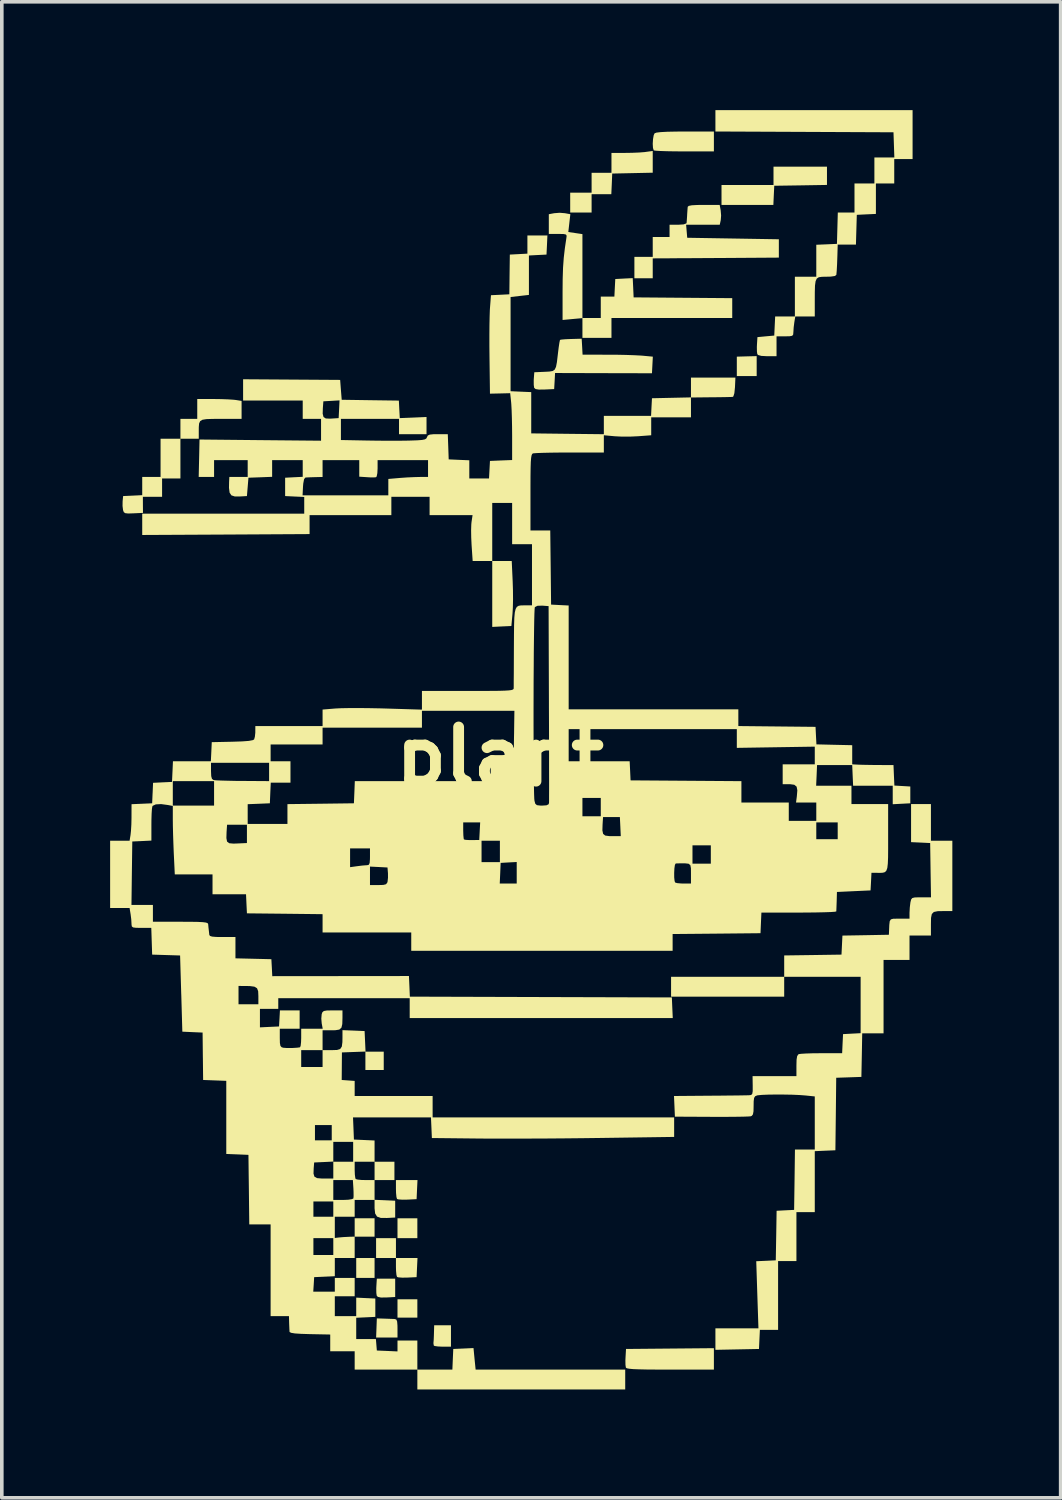
<source format=kicad_pcb>
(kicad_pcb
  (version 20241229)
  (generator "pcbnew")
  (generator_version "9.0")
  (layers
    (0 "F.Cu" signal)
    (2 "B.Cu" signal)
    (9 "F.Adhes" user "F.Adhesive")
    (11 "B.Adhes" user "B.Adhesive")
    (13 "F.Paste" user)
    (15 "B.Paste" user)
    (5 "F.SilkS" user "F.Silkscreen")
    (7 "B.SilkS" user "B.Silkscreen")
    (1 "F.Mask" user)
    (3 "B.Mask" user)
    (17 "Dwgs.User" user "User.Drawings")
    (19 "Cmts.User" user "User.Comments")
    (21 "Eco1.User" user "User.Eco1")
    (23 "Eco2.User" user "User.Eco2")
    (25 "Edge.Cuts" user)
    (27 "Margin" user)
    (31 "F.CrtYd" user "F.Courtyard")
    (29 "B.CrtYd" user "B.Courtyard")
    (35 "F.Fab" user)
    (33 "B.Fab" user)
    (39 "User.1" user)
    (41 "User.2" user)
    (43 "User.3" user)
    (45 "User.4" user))
  (footprint "plant"
    (layer "F.Cu")
    (at 10.795 17.907)
    (property "Reference" "plant" (at 0 0 0) (layer "F.SilkS") (effects (font (size 1.5 1.5) (thickness 0.3))))
    (attr board_only exclude_from_pos_files exclude_from_bom)
    (fp_poly (pts (xy -3.471 14.161) (xy -3.471 14.436) (xy -3.725 14.436) (xy -3.979 14.436) (xy -3.979 14.161) (xy -3.979 13.885) (xy -3.725 13.885) (xy -3.471 13.885)) (stroke (width 0) (type solid)) (fill yes) (layer "F.SilkS"))
    (fp_poly (pts (xy -2.879 13.61) (xy -2.879 13.885) (xy -3.154 13.885) (xy -3.429 13.885) (xy -3.429 13.61) (xy -3.429 13.335) (xy -3.154 13.335) (xy -2.879 13.335)) (stroke (width 0) (type solid)) (fill yes) (layer "F.SilkS"))
    (fp_poly (pts (xy -2.286 13.06) (xy -2.286 13.335) (xy -2.561 13.335) (xy -2.836 13.335) (xy -2.836 13.06) (xy -2.836 12.785) (xy -2.561 12.785) (xy -2.286 12.785)) (stroke (width 0) (type solid)) (fill yes) (layer "F.SilkS"))
    (fp_poly (pts (xy -2.286 15.282) (xy -2.286 15.536) (xy -2.561 15.536) (xy -2.836 15.536) (xy -2.836 15.282) (xy -2.836 15.028) (xy -2.561 15.028) (xy -2.286 15.028)) (stroke (width 0) (type solid)) (fill yes) (layer "F.SilkS"))
    (fp_poly (pts (xy 7.112 -10.818) (xy 7.112 -10.541) (xy 6.837 -10.541) (xy 6.562 -10.541) (xy 6.562 -10.81) (xy 6.562 -11.079) (xy 6.837 -11.087) (xy 7.112 -11.094)) (stroke (width 0) (type solid)) (fill yes) (layer "F.SilkS"))
    (fp_poly (pts (xy -2.9 14.711) (xy -2.9 14.965) (xy -3.144 14.978) (xy -3.296 14.979) (xy -3.38 14.961) (xy -3.411 14.93) (xy -3.422 14.854) (xy -3.424 14.73) (xy -3.421 14.663) (xy -3.408 14.457) (xy -3.154 14.457) (xy -2.9 14.457)) (stroke (width 0) (type solid)) (fill yes) (layer "F.SilkS"))
    (fp_poly (pts (xy -2.295 11.991) (xy -2.307 12.255) (xy -2.563 12.268) (xy -2.703 12.27) (xy -2.808 12.262) (xy -2.849 12.25) (xy -2.865 12.195) (xy -2.876 12.082) (xy -2.879 11.973) (xy -2.879 11.726) (xy -2.58 11.726) (xy -2.282 11.726)) (stroke (width 0) (type solid)) (fill yes) (layer "F.SilkS"))
    (fp_poly (pts (xy -2.295 14.15) (xy -2.307 14.415) (xy -2.563 14.427) (xy -2.703 14.429) (xy -2.808 14.421) (xy -2.849 14.409) (xy -2.865 14.354) (xy -2.876 14.241) (xy -2.879 14.132) (xy -2.879 13.885) (xy -2.58 13.885) (xy -2.282 13.885)) (stroke (width 0) (type solid)) (fill yes) (layer "F.SilkS"))
    (fp_poly (pts (xy 0.354 -4.858) (xy 0.362 -4.609) (xy 0.364 -4.355) (xy 0.359 -4.125) (xy 0.349 -3.958) (xy 0.318 -3.619) (xy 0.053 -3.607) (xy -0.212 -3.594) (xy -0.212 -4.506) (xy -0.212 -5.419) (xy 0.058 -5.419) (xy 0.328 -5.419)) (stroke (width 0) (type solid)) (fill yes) (layer "F.SilkS"))
    (fp_poly (pts (xy -3.196 15.564) (xy -3.057 15.569) (xy -2.944 15.573) (xy -2.91 15.575) (xy -2.868 15.59) (xy -2.846 15.644) (xy -2.837 15.755) (xy -2.836 15.833) (xy -2.836 16.087) (xy -3.132 16.087) (xy -3.428 16.087) (xy -3.418 15.822) (xy -3.408 15.557)) (stroke (width 0) (type solid)) (fill yes) (layer "F.SilkS"))
    (fp_poly (pts (xy -1.355 16.044) (xy -1.355 16.341) (xy -1.585 16.341) (xy -1.715 16.335) (xy -1.806 16.322) (xy -1.831 16.309) (xy -1.841 16.241) (xy -1.839 16.224) (xy -1.833 16.153) (xy -1.828 16.032) (xy -1.826 15.96) (xy -1.82 15.748) (xy -1.587 15.748) (xy -1.355 15.748)) (stroke (width 0) (type solid)) (fill yes) (layer "F.SilkS"))
    (fp_poly (pts (xy 9.059 -16.088) (xy 9.059 -15.835) (xy 8.329 -15.823) (xy 7.599 -15.812) (xy 7.586 -15.547) (xy 7.574 -15.282) (xy 6.856 -15.282) (xy 6.138 -15.282) (xy 6.138 -15.557) (xy 6.138 -15.833) (xy 6.858 -15.833) (xy 7.578 -15.833) (xy 7.578 -16.087) (xy 7.578 -16.341) (xy 8.319 -16.341) (xy 9.059 -16.341)) (stroke (width 0) (type solid)) (fill yes) (layer "F.SilkS"))
    (fp_poly (pts (xy 5.927 16.679) (xy 5.927 16.976) (xy 4.719 16.976) (xy 4.356 16.975) (xy 4.07 16.973) (xy 3.852 16.968) (xy 3.694 16.962) (xy 3.586 16.952) (xy 3.522 16.94) (xy 3.492 16.924) (xy 3.489 16.918) (xy 3.478 16.845) (xy 3.476 16.72) (xy 3.48 16.632) (xy 3.493 16.404) (xy 4.71 16.393) (xy 5.927 16.382)) (stroke (width 0) (type solid)) (fill yes) (layer "F.SilkS"))
    (fp_poly (pts (xy 5.927 -17.039) (xy 5.927 -16.764) (xy 5.108 -16.764) (xy 4.853 -16.765) (xy 4.628 -16.769) (xy 4.445 -16.775) (xy 4.319 -16.783) (xy 4.263 -16.791) (xy 4.262 -16.792) (xy 4.24 -16.858) (xy 4.233 -16.973) (xy 4.241 -17.102) (xy 4.26 -17.212) (xy 4.284 -17.264) (xy 4.336 -17.284) (xy 4.452 -17.298) (xy 4.636 -17.308) (xy 4.894 -17.313) (xy 5.131 -17.314) (xy 5.927 -17.314)) (stroke (width 0) (type solid)) (fill yes) (layer "F.SilkS"))
    (fp_poly (pts (xy 4.233 -16.475) (xy 4.233 -16.174) (xy 3.672 -16.162) (xy 3.111 -16.15) (xy 3.099 -15.864) (xy 3.086 -15.579) (xy 2.813 -15.579) (xy 2.54 -15.579) (xy 2.54 -15.325) (xy 2.54 -15.071) (xy 2.244 -15.071) (xy 1.947 -15.071) (xy 1.947 -15.346) (xy 1.947 -15.621) (xy 2.244 -15.621) (xy 2.54 -15.621) (xy 2.54 -15.896) (xy 2.54 -16.171) (xy 2.815 -16.171) (xy 3.09 -16.171) (xy 3.09 -16.447) (xy 3.09 -16.722) (xy 3.465 -16.722) (xy 3.664 -16.725) (xy 3.857 -16.733) (xy 4.009 -16.745) (xy 4.037 -16.749) (xy 4.233 -16.776)) (stroke (width 0) (type solid)) (fill yes) (layer "F.SilkS"))
    (fp_poly (pts (xy 2.278 -11.355) (xy 2.29 -11.134) (xy 2.976 -11.133) (xy 3.235 -11.132) (xy 3.49 -11.127) (xy 3.717 -11.119) (xy 3.892 -11.11) (xy 3.949 -11.106) (xy 4.236 -11.079) (xy 4.224 -10.849) (xy 4.212 -10.619) (xy 2.87 -10.622) (xy 1.528 -10.626) (xy 1.516 -10.403) (xy 1.503 -10.181) (xy 1.238 -10.169) (xy 1.08 -10.167) (xy 0.989 -10.181) (xy 0.95 -10.215) (xy 0.949 -10.217) (xy 0.938 -10.295) (xy 0.937 -10.417) (xy 0.939 -10.462) (xy 0.953 -10.647) (xy 1.236 -10.659) (xy 1.369 -10.666) (xy 1.459 -10.681) (xy 1.518 -10.72) (xy 1.554 -10.796) (xy 1.579 -10.924) (xy 1.602 -11.118) (xy 1.609 -11.177) (xy 1.629 -11.339) (xy 1.648 -11.466) (xy 1.663 -11.536) (xy 1.666 -11.544) (xy 1.714 -11.553) (xy 1.823 -11.562) (xy 1.97 -11.568) (xy 1.974 -11.568) (xy 2.265 -11.576)) (stroke (width 0) (type solid)) (fill yes) (layer "F.SilkS"))
    (fp_poly (pts (xy 1.801 -15.052) (xy 1.951 -15.024) (xy 1.923 -14.778) (xy 1.895 -14.531) (xy 2.091 -14.502) (xy 2.286 -14.473) (xy 2.286 -13.311) (xy 2.286 -12.15) (xy 2.54 -12.15) (xy 2.794 -12.15) (xy 2.794 -12.446) (xy 2.794 -12.742) (xy 2.982 -12.742) (xy 3.171 -12.742) (xy 3.183 -12.986) (xy 3.196 -13.229) (xy 3.438 -13.242) (xy 3.679 -13.254) (xy 3.692 -12.988) (xy 3.704 -12.721) (xy 5.069 -12.71) (xy 6.435 -12.699) (xy 6.435 -12.424) (xy 6.435 -12.15) (xy 4.763 -12.15) (xy 3.09 -12.15) (xy 3.09 -11.874) (xy 3.09 -11.599) (xy 2.688 -11.599) (xy 2.286 -11.599) (xy 2.286 -11.873) (xy 2.286 -12.146) (xy 2.011 -12.121) (xy 1.736 -12.095) (xy 1.736 -12.866) (xy 1.739 -13.233) (xy 1.749 -13.542) (xy 1.769 -13.817) (xy 1.8 -14.086) (xy 1.841 -14.362) (xy 1.849 -14.426) (xy 1.831 -14.461) (xy 1.769 -14.475) (xy 1.646 -14.478) (xy 1.608 -14.478) (xy 1.355 -14.478) (xy 1.355 -14.751) (xy 1.355 -15.024) (xy 1.503 -15.052) (xy 1.654 -15.064)) (stroke (width 0) (type solid)) (fill yes) (layer "F.SilkS"))
    (fp_poly (pts (xy 6.115 -15.131) (xy 6.127 -14.989) (xy 6.117 -14.858) (xy 6.116 -14.855) (xy 6.089 -14.732) (xy 5.624 -14.732) (xy 5.158 -14.732) (xy 5.173 -14.552) (xy 5.188 -14.372) (xy 6.457 -14.351) (xy 7.726 -14.33) (xy 7.726 -14.076) (xy 7.726 -13.822) (xy 6.202 -13.812) (xy 5.84 -13.81) (xy 5.497 -13.808) (xy 5.183 -13.806) (xy 4.91 -13.805) (xy 4.689 -13.803) (xy 4.531 -13.802) (xy 4.456 -13.802) (xy 4.233 -13.801) (xy 4.233 -13.525) (xy 4.233 -13.25) (xy 3.979 -13.25) (xy 3.725 -13.25) (xy 3.725 -13.547) (xy 3.725 -13.843) (xy 3.979 -13.843) (xy 4.233 -13.843) (xy 4.233 -14.118) (xy 4.233 -14.393) (xy 4.466 -14.393) (xy 4.699 -14.393) (xy 4.699 -14.563) (xy 4.699 -14.732) (xy 4.932 -14.732) (xy 5.089 -14.742) (xy 5.164 -14.77) (xy 5.171 -14.785) (xy 5.177 -14.859) (xy 5.185 -14.977) (xy 5.186 -15.007) (xy 5.194 -15.129) (xy 5.201 -15.218) (xy 5.202 -15.229) (xy 5.231 -15.255) (xy 5.319 -15.272) (xy 5.474 -15.28) (xy 5.647 -15.282) (xy 6.087 -15.282)) (stroke (width 0) (type solid)) (fill yes) (layer "F.SilkS"))
    (fp_poly (pts (xy -7.927 -9.906) (xy -7.72 -9.903) (xy -7.528 -9.896) (xy -7.377 -9.886) (xy -7.313 -9.879) (xy -7.154 -9.853) (xy -7.154 -9.604) (xy -7.154 -9.356) (xy -7.721 -9.356) (xy -7.961 -9.355) (xy -8.13 -9.349) (xy -8.239 -9.331) (xy -8.302 -9.292) (xy -8.331 -9.227) (xy -8.339 -9.129) (xy -8.34 -9.014) (xy -8.34 -8.805) (xy -8.594 -8.805) (xy -8.848 -8.805) (xy -8.848 -8.255) (xy -8.848 -7.705) (xy -9.102 -7.705) (xy -9.356 -7.705) (xy -9.356 -7.451) (xy -9.356 -7.197) (xy -9.622 -7.197) (xy -9.888 -7.197) (xy -9.887 -6.974) (xy -9.885 -6.752) (xy -10.148 -6.74) (xy -10.293 -6.735) (xy -10.375 -6.744) (xy -10.416 -6.772) (xy -10.436 -6.826) (xy -10.437 -6.829) (xy -10.451 -6.945) (xy -10.449 -7.074) (xy -10.435 -7.218) (xy -10.171 -7.23) (xy -9.906 -7.243) (xy -9.906 -7.495) (xy -9.906 -7.747) (xy -9.652 -7.747) (xy -9.398 -7.747) (xy -9.398 -8.276) (xy -9.398 -8.805) (xy -9.123 -8.805) (xy -8.848 -8.805) (xy -8.848 -9.081) (xy -8.848 -9.356) (xy -8.615 -9.356) (xy -8.382 -9.356) (xy -8.382 -9.631) (xy -8.382 -9.906)) (stroke (width 0) (type solid)) (fill yes) (layer "F.SilkS"))
    (fp_poly (pts (xy 11.43 -17.23) (xy 11.43 -16.552) (xy 11.176 -16.552) (xy 10.922 -16.552) (xy 10.922 -16.214) (xy 10.922 -15.875) (xy 10.668 -15.875) (xy 10.414 -15.875) (xy 10.414 -15.454) (xy 10.414 -15.032) (xy 10.149 -15.02) (xy 9.885 -15.007) (xy 9.873 -14.594) (xy 9.861 -14.182) (xy 9.608 -14.182) (xy 9.356 -14.182) (xy 9.348 -13.896) (xy 9.339 -13.644) (xy 9.329 -13.459) (xy 9.319 -13.346) (xy 9.278 -13.313) (xy 9.162 -13.296) (xy 9.043 -13.293) (xy 8.921 -13.291) (xy 8.834 -13.279) (xy 8.777 -13.242) (xy 8.744 -13.17) (xy 8.727 -13.048) (xy 8.722 -12.866) (xy 8.721 -12.647) (xy 8.721 -12.192) (xy 8.451 -12.192) (xy 8.181 -12.192) (xy 8.155 -12.033) (xy 8.137 -11.893) (xy 8.129 -11.766) (xy 8.128 -11.758) (xy 8.123 -11.691) (xy 8.095 -11.657) (xy 8.022 -11.644) (xy 7.895 -11.642) (xy 7.662 -11.642) (xy 7.662 -11.367) (xy 7.662 -11.091) (xy 7.407 -11.091) (xy 7.242 -11.1) (xy 7.151 -11.125) (xy 7.129 -11.15) (xy 7.119 -11.224) (xy 7.117 -11.347) (xy 7.12 -11.414) (xy 7.133 -11.62) (xy 7.366 -11.642) (xy 7.599 -11.663) (xy 7.611 -11.927) (xy 7.624 -12.192) (xy 7.897 -12.192) (xy 8.17 -12.192) (xy 8.17 -12.742) (xy 8.17 -13.293) (xy 8.467 -13.293) (xy 8.763 -13.293) (xy 8.763 -13.735) (xy 8.763 -14.178) (xy 9.049 -14.19) (xy 9.335 -14.203) (xy 9.347 -14.637) (xy 9.359 -15.071) (xy 9.59 -15.071) (xy 9.821 -15.071) (xy 9.821 -15.473) (xy 9.821 -15.875) (xy 10.097 -15.875) (xy 10.372 -15.875) (xy 10.372 -16.235) (xy 10.372 -16.595) (xy 10.649 -16.595) (xy 10.925 -16.595) (xy 10.913 -16.944) (xy 10.901 -17.293) (xy 8.435 -17.304) (xy 5.969 -17.315) (xy 5.969 -17.611) (xy 5.969 -17.907) (xy 8.7 -17.907) (xy 11.43 -17.907)) (stroke (width 0) (type solid)) (fill yes) (layer "F.SilkS"))
    (fp_poly (pts (xy 11.938 1.82) (xy 11.938 2.328) (xy 12.234 2.328) (xy 12.531 2.328) (xy 12.531 3.302) (xy 12.531 4.276) (xy 12.301 4.276) (xy 12.126 4.279) (xy 12.019 4.301) (xy 11.963 4.357) (xy 11.941 4.464) (xy 11.938 4.64) (xy 11.938 4.64) (xy 11.938 4.953) (xy 11.642 4.953) (xy 11.345 4.953) (xy 11.345 5.292) (xy 11.345 5.63) (xy 10.986 5.63) (xy 10.626 5.63) (xy 10.626 6.646) (xy 10.626 7.662) (xy 10.33 7.662) (xy 10.035 7.662) (xy 10.024 8.266) (xy 10.012 8.869) (xy 9.663 8.881) (xy 9.315 8.893) (xy 9.304 9.897) (xy 9.292 10.901) (xy 9.006 10.913) (xy 8.721 10.926) (xy 8.721 11.771) (xy 8.721 12.615) (xy 8.467 12.615) (xy 8.213 12.615) (xy 8.213 13.293) (xy 8.213 13.97) (xy 7.959 13.97) (xy 7.705 13.97) (xy 7.705 14.922) (xy 7.705 15.875) (xy 7.453 15.875) (xy 7.201 15.875) (xy 7.188 16.14) (xy 7.176 16.404) (xy 6.572 16.416) (xy 5.969 16.428) (xy 5.969 16.13) (xy 5.969 15.833) (xy 6.565 15.833) (xy 7.161 15.833) (xy 7.13 14.904) (xy 7.1 13.974) (xy 7.371 13.962) (xy 7.641 13.949) (xy 7.653 13.263) (xy 7.664 12.577) (xy 7.907 12.564) (xy 8.149 12.552) (xy 8.161 11.716) (xy 8.172 10.88) (xy 8.446 10.88) (xy 8.721 10.88) (xy 8.721 10.145) (xy 8.721 9.41) (xy 8.46 9.383) (xy 8.299 9.371) (xy 8.095 9.362) (xy 7.869 9.358) (xy 7.641 9.357) (xy 7.431 9.36) (xy 7.258 9.367) (xy 7.144 9.378) (xy 7.123 9.382) (xy 7.07 9.405) (xy 7.041 9.451) (xy 7.029 9.542) (xy 7.027 9.673) (xy 7.024 9.822) (xy 7.008 9.907) (xy 6.976 9.948) (xy 6.947 9.96) (xy 6.883 9.965) (xy 6.747 9.97) (xy 6.553 9.973) (xy 6.312 9.975) (xy 6.038 9.976) (xy 5.857 9.975) (xy 4.847 9.97) (xy 4.835 9.684) (xy 4.822 9.398) (xy 5.808 9.39) (xy 6.095 9.388) (xy 6.358 9.385) (xy 6.584 9.383) (xy 6.759 9.38) (xy 6.871 9.378) (xy 6.9 9.377) (xy 6.958 9.37) (xy 6.989 9.339) (xy 7.002 9.267) (xy 7.002 9.133) (xy 7.002 9.11) (xy 6.998 8.848) (xy 7.605 8.848) (xy 8.213 8.848) (xy 8.213 8.556) (xy 8.217 8.391) (xy 8.233 8.294) (xy 8.265 8.246) (xy 8.28 8.238) (xy 8.345 8.229) (xy 8.478 8.221) (xy 8.658 8.215) (xy 8.87 8.213) (xy 8.913 8.213) (xy 9.479 8.213) (xy 9.491 7.948) (xy 9.504 7.684) (xy 9.747 7.671) (xy 9.991 7.658) (xy 9.991 6.877) (xy 9.991 6.096) (xy 8.932 6.096) (xy 7.874 6.096) (xy 7.874 6.371) (xy 7.874 6.646) (xy 6.308 6.646) (xy 4.741 6.646) (xy 4.741 6.371) (xy 4.741 6.096) (xy 6.308 6.096) (xy 7.874 6.096) (xy 7.874 5.801) (xy 7.874 5.505) (xy 8.668 5.494) (xy 9.461 5.482) (xy 9.474 5.219) (xy 9.487 4.955) (xy 10.13 4.944) (xy 10.774 4.932) (xy 10.778 4.826) (xy 10.785 4.658) (xy 10.797 4.556) (xy 10.829 4.506) (xy 10.895 4.488) (xy 11.01 4.487) (xy 11.07 4.487) (xy 11.345 4.487) (xy 11.345 4.323) (xy 11.353 4.174) (xy 11.37 4.035) (xy 11.372 4.027) (xy 11.39 3.955) (xy 11.421 3.916) (xy 11.486 3.899) (xy 11.608 3.895) (xy 11.669 3.895) (xy 11.94 3.895) (xy 11.928 3.143) (xy 11.917 2.392) (xy 11.652 2.379) (xy 11.388 2.367) (xy 11.388 1.839) (xy 11.388 1.312) (xy 11.663 1.312) (xy 11.938 1.312)) (stroke (width 0) (type solid)) (fill yes) (layer "F.SilkS"))
    (fp_poly (pts (xy 1.304 -14.171) (xy 1.291 -13.906) (xy 1.048 -13.894) (xy 0.804 -13.881) (xy 0.804 -13.335) (xy 0.804 -12.789) (xy 0.55 -12.76) (xy 0.296 -12.731) (xy 0.296 -11.426) (xy 0.296 -10.122) (xy 0.582 -10.109) (xy 0.868 -10.097) (xy 0.868 -9.525) (xy 0.868 -8.954) (xy 1.873 -8.942) (xy 2.879 -8.931) (xy 2.879 -9.186) (xy 2.879 -9.44) (xy 3.533 -9.44) (xy 4.187 -9.44) (xy 4.199 -9.684) (xy 4.212 -9.927) (xy 4.752 -9.939) (xy 5.292 -9.951) (xy 5.292 -10.225) (xy 5.292 -10.499) (xy 5.908 -10.499) (xy 6.523 -10.499) (xy 6.511 -10.234) (xy 6.494 -10.067) (xy 6.466 -9.978) (xy 6.445 -9.964) (xy 6.385 -9.962) (xy 6.258 -9.959) (xy 6.081 -9.956) (xy 5.874 -9.954) (xy 5.842 -9.954) (xy 5.292 -9.948) (xy 5.292 -9.673) (xy 5.292 -9.398) (xy 4.741 -9.398) (xy 4.191 -9.398) (xy 4.191 -9.15) (xy 4.191 -8.902) (xy 3.831 -8.875) (xy 3.615 -8.865) (xy 3.384 -8.864) (xy 3.187 -8.874) (xy 3.175 -8.875) (xy 2.879 -8.902) (xy 2.879 -8.663) (xy 2.879 -8.424) (xy 1.93 -8.424) (xy 1.651 -8.423) (xy 1.399 -8.42) (xy 1.187 -8.415) (xy 1.026 -8.409) (xy 0.932 -8.402) (xy 0.914 -8.399) (xy 0.893 -8.382) (xy 0.877 -8.343) (xy 0.865 -8.273) (xy 0.856 -8.162) (xy 0.851 -8) (xy 0.848 -7.777) (xy 0.847 -7.483) (xy 0.847 -7.319) (xy 0.847 -6.265) (xy 1.121 -6.265) (xy 1.395 -6.265) (xy 1.407 -5.239) (xy 1.418 -4.212) (xy 1.662 -4.199) (xy 1.905 -4.187) (xy 1.905 -2.75) (xy 1.905 -1.312) (xy 4.255 -1.312) (xy 6.604 -1.312) (xy 6.604 -1.08) (xy 6.604 -0.848) (xy 7.673 -0.837) (xy 8.742 -0.826) (xy 8.754 -0.583) (xy 8.767 -0.341) (xy 9.262 -0.329) (xy 9.758 -0.318) (xy 9.758 -0.053) (xy 9.758 0.212) (xy 9.927 0.221) (xy 10.046 0.225) (xy 10.22 0.228) (xy 10.418 0.231) (xy 10.499 0.231) (xy 10.901 0.233) (xy 10.913 0.516) (xy 10.926 0.8) (xy 11.146 0.813) (xy 11.367 0.826) (xy 11.367 1.058) (xy 11.367 1.291) (xy 11.123 1.304) (xy 10.88 1.317) (xy 10.88 1.06) (xy 10.88 0.804) (xy 10.331 0.804) (xy 9.783 0.804) (xy 9.77 0.519) (xy 9.758 0.233) (xy 9.271 0.233) (xy 8.784 0.233) (xy 8.772 0.519) (xy 8.759 0.804) (xy 9.248 0.804) (xy 9.737 0.804) (xy 9.737 1.058) (xy 9.737 1.312) (xy 10.245 1.312) (xy 10.753 1.312) (xy 10.753 2.239) (xy 10.753 2.551) (xy 10.751 2.789) (xy 10.744 2.962) (xy 10.73 3.082) (xy 10.704 3.156) (xy 10.664 3.197) (xy 10.607 3.214) (xy 10.529 3.218) (xy 10.455 3.217) (xy 10.291 3.217) (xy 10.279 3.461) (xy 10.266 3.704) (xy 9.8 3.725) (xy 9.335 3.747) (xy 9.328 4) (xy 9.323 4.141) (xy 9.319 4.246) (xy 9.317 4.286) (xy 9.276 4.295) (xy 9.161 4.303) (xy 8.985 4.309) (xy 8.758 4.314) (xy 8.493 4.317) (xy 8.278 4.318) (xy 7.243 4.318) (xy 7.23 4.604) (xy 7.218 4.889) (xy 6.001 4.901) (xy 4.784 4.912) (xy 4.784 5.144) (xy 4.784 5.376) (xy 1.164 5.376) (xy -2.455 5.376) (xy -2.455 5.122) (xy -2.455 4.868) (xy -3.683 4.868) (xy -4.911 4.868) (xy -4.911 4.615) (xy -4.911 4.362) (xy -5.958 4.35) (xy -7.006 4.339) (xy -7.019 4.075) (xy -7.031 3.81) (xy -7.495 3.81) (xy -7.959 3.81) (xy -7.959 3.535) (xy -7.959 3.3) (xy -3.598 3.3) (xy -3.598 3.556) (xy -3.366 3.556) (xy -3.231 3.552) (xy -3.157 3.534) (xy -3.139 3.514) (xy -0.004 3.514) (xy 0.231 3.514) (xy 0.466 3.514) (xy 0.466 3.221) (xy 4.827 3.221) (xy 4.828 3.347) (xy 4.839 3.445) (xy 4.854 3.485) (xy 4.91 3.502) (xy 5.02 3.512) (xy 5.087 3.514) (xy 5.292 3.514) (xy 5.292 3.239) (xy 5.291 3.09) (xy 5.275 3.005) (xy 5.227 2.965) (xy 5.128 2.954) (xy 4.995 2.954) (xy 4.904 2.956) (xy 4.868 2.959) (xy 4.847 2.999) (xy 4.833 3.096) (xy 4.827 3.221) (xy 0.466 3.221) (xy 0.466 3.215) (xy 0.466 2.917) (xy 0.243 2.929) (xy 0.021 2.942) (xy 0.009 3.228) (xy -0.004 3.514) (xy -3.139 3.514) (xy -3.122 3.494) (xy -3.111 3.461) (xy -3.099 3.351) (xy -3.1 3.22) (xy -3.101 3.217) (xy -3.113 3.069) (xy -3.356 3.056) (xy -3.598 3.044) (xy -3.598 3.3) (xy -7.959 3.3) (xy -7.959 3.26) (xy -8.481 3.26) (xy -9.004 3.26) (xy -9.026 2.8) (xy -4.149 2.8) (xy -4.149 3.06) (xy -3.952 3.033) (xy -3.816 3.016) (xy -3.705 3.007) (xy -3.677 3.006) (xy -3.631 2.994) (xy -3.607 2.945) (xy -3.599 2.839) (xy -3.598 2.773) (xy -3.598 2.625) (xy -0.508 2.625) (xy -0.508 2.921) (xy -0.254 2.921) (xy 0 2.921) (xy 0 2.709) (xy 5.334 2.709) (xy 5.334 2.963) (xy 5.588 2.963) (xy 5.842 2.963) (xy 5.842 2.709) (xy 5.842 2.455) (xy 5.588 2.455) (xy 5.334 2.455) (xy 5.334 2.709) (xy 0 2.709) (xy 0 2.625) (xy 0 2.328) (xy -0.254 2.328) (xy -0.508 2.328) (xy -0.508 2.625) (xy -3.598 2.625) (xy -3.598 2.54) (xy -3.873 2.54) (xy -4.149 2.54) (xy -4.149 2.8) (xy -9.026 2.8) (xy -9.032 2.681) (xy -9.042 2.427) (xy -9.048 2.255) (xy -7.575 2.255) (xy -7.556 2.352) (xy -7.496 2.397) (xy -7.38 2.408) (xy -7.271 2.404) (xy -7.006 2.392) (xy -7.006 2.138) (xy -7.006 2.046) (xy -1.016 2.046) (xy -1.012 2.176) (xy -1.003 2.267) (xy -0.996 2.292) (xy -0.945 2.304) (xy -0.839 2.31) (xy -0.773 2.31) (xy -0.572 2.307) (xy -0.559 2.064) (xy -0.558 2.041) (xy 2.839 2.041) (xy 2.859 2.138) (xy 2.918 2.185) (xy 3.031 2.2) (xy 3.112 2.201) (xy 3.348 2.201) (xy 3.341 2.053) (xy 8.763 2.053) (xy 8.763 2.286) (xy 9.059 2.286) (xy 9.356 2.286) (xy 9.356 2.053) (xy 9.356 1.82) (xy 9.059 1.82) (xy 8.763 1.82) (xy 8.763 2.053) (xy 3.341 2.053) (xy 3.336 1.937) (xy 3.323 1.672) (xy 3.09 1.672) (xy 2.857 1.672) (xy 2.844 1.878) (xy 2.839 2.041) (xy -0.558 2.041) (xy -0.546 1.82) (xy -0.781 1.82) (xy -1.016 1.82) (xy -1.016 2.046) (xy -7.006 2.046) (xy -7.006 1.884) (xy -7.281 1.884) (xy -7.556 1.884) (xy -7.57 2.09) (xy -7.575 2.255) (xy -9.048 2.255) (xy -9.051 2.162) (xy -9.057 1.92) (xy -9.059 1.734) (xy -9.059 1.365) (xy -9.192 1.339) (xy -9.384 1.313) (xy -9.53 1.321) (xy -9.614 1.36) (xy -9.626 1.379) (xy -9.637 1.448) (xy -9.646 1.58) (xy -9.651 1.754) (xy -9.652 1.885) (xy -9.652 2.324) (xy -9.917 2.337) (xy -10.181 2.349) (xy -10.193 3.228) (xy -10.204 4.106) (xy -9.907 4.106) (xy -9.61 4.106) (xy -9.61 4.339) (xy -9.61 4.572) (xy -8.848 4.572) (xy -8.572 4.573) (xy -8.37 4.576) (xy -8.23 4.583) (xy -8.143 4.594) (xy -8.097 4.61) (xy -8.081 4.632) (xy -8.08 4.636) (xy -8.071 4.732) (xy -8.065 4.784) (xy -8.053 4.888) (xy -8.049 4.932) (xy -8.03 4.964) (xy -7.97 4.983) (xy -7.854 4.993) (xy -7.684 4.995) (xy -7.324 4.995) (xy -7.324 5.29) (xy -7.324 5.585) (xy -6.826 5.597) (xy -6.329 5.609) (xy -6.316 5.844) (xy -6.304 6.079) (xy -4.411 6.077) (xy -2.519 6.075) (xy -2.506 6.36) (xy -2.494 6.646) (xy 1.134 6.657) (xy 4.763 6.668) (xy 4.775 6.953) (xy 4.788 7.239) (xy 1.145 7.239) (xy -2.498 7.239) (xy -2.498 6.964) (xy -2.498 6.689) (xy -4.318 6.689) (xy -6.138 6.689) (xy -6.138 6.837) (xy -6.138 6.985) (xy -6.392 6.985) (xy -6.646 6.985) (xy -6.646 7.241) (xy -6.646 7.497) (xy -6.382 7.484) (xy -6.117 7.472) (xy -6.104 7.25) (xy -6.092 7.027) (xy -5.819 7.027) (xy -5.546 7.027) (xy -5.546 7.281) (xy -5.546 7.535) (xy -5.821 7.535) (xy -6.096 7.535) (xy -6.096 7.789) (xy -6.093 7.931) (xy -6.078 8.01) (xy -6.045 8.047) (xy -6.001 8.061) (xy -5.901 8.069) (xy -5.758 8.069) (xy -5.614 8.06) (xy -5.535 8.049) (xy -5.518 8.007) (xy -5.507 7.905) (xy -5.503 7.789) (xy -5.503 7.535) (xy -5.205 7.535) (xy -4.907 7.535) (xy -4.935 7.387) (xy -4.946 7.254) (xy -4.936 7.136) (xy -4.936 7.133) (xy -4.915 7.076) (xy -4.876 7.044) (xy -4.796 7.03) (xy -4.656 7.027) (xy -4.635 7.027) (xy -4.36 7.027) (xy -4.36 7.236) (xy -4.365 7.405) (xy -4.389 7.506) (xy -4.447 7.558) (xy -4.555 7.576) (xy -4.661 7.578) (xy -4.911 7.578) (xy -4.911 7.853) (xy -4.911 8.128) (xy -4.661 8.128) (xy -4.513 8.123) (xy -4.423 8.096) (xy -4.378 8.029) (xy -4.362 7.907) (xy -4.36 7.784) (xy -4.36 7.574) (xy -4.053 7.586) (xy -3.747 7.599) (xy -3.734 7.885) (xy -3.721 8.17) (xy -3.469 8.17) (xy -3.217 8.17) (xy -3.217 8.424) (xy -3.217 8.678) (xy -3.471 8.678) (xy -3.725 8.678) (xy -3.725 8.423) (xy -3.725 8.167) (xy -4.05 8.179) (xy -4.375 8.191) (xy -4.378 8.572) (xy -4.381 8.954) (xy -4.202 8.967) (xy -4.022 8.98) (xy -4.022 9.189) (xy -4.022 9.398) (xy -2.942 9.398) (xy -1.863 9.398) (xy -1.863 9.694) (xy -1.863 9.991) (xy 1.482 9.991) (xy 4.826 9.991) (xy 4.826 10.261) (xy 4.826 10.531) (xy 2.783 10.56) (xy 2.314 10.566) (xy 1.821 10.571) (xy 1.32 10.575) (xy 0.828 10.577) (xy 0.361 10.578) (xy -0.062 10.578) (xy -0.425 10.577) (xy -0.572 10.576) (xy -1.884 10.562) (xy -1.896 10.276) (xy -1.909 9.991) (xy -2.988 9.991) (xy -4.068 9.991) (xy -4.055 10.298) (xy -4.043 10.604) (xy -3.757 10.617) (xy -3.471 10.63) (xy -3.471 10.924) (xy -3.471 11.218) (xy -3.747 11.218) (xy -4.022 11.218) (xy -4.022 11.444) (xy -4.017 11.576) (xy -4.004 11.67) (xy -3.993 11.698) (xy -3.939 11.713) (xy -3.827 11.724) (xy -3.718 11.726) (xy -3.471 11.726) (xy -3.471 11.472) (xy -3.471 11.218) (xy -3.196 11.218) (xy -2.921 11.218) (xy -2.921 11.472) (xy -2.921 11.726) (xy -3.196 11.726) (xy -3.471 11.726) (xy -3.471 12) (xy -3.471 12.273) (xy -3.186 12.285) (xy -2.9 12.298) (xy -2.9 12.531) (xy -2.9 12.764) (xy -3.126 12.776) (xy -3.297 12.775) (xy -3.402 12.738) (xy -3.455 12.653) (xy -3.471 12.508) (xy -3.471 12.483) (xy -3.471 12.277) (xy -3.747 12.277) (xy -4.022 12.277) (xy -4.022 12.509) (xy -4.022 12.742) (xy -4.297 12.742) (xy -4.572 12.742) (xy -4.572 13.036) (xy -4.572 13.33) (xy -4.456 13.316) (xy -4.331 13.305) (xy -4.188 13.298) (xy -4.18 13.297) (xy -4.022 13.293) (xy -4.022 13.039) (xy -4.022 12.785) (xy -3.747 12.785) (xy -3.471 12.785) (xy -3.471 13.039) (xy -3.471 13.293) (xy -3.747 13.293) (xy -4.022 13.293) (xy -4.022 13.589) (xy -4.022 13.885) (xy -4.297 13.885) (xy -4.572 13.885) (xy -4.572 14.137) (xy -4.572 14.389) (xy -4.858 14.402) (xy -5.144 14.415) (xy -5.156 14.616) (xy -5.169 14.817) (xy -4.871 14.817) (xy -4.572 14.817) (xy -4.572 14.626) (xy -4.572 14.436) (xy -4.297 14.436) (xy -4.022 14.436) (xy -4.022 14.69) (xy -4.022 14.944) (xy -4.297 14.944) (xy -4.572 14.944) (xy -4.572 15.219) (xy -4.572 15.494) (xy -4.276 15.494) (xy -3.979 15.494) (xy -3.979 15.238) (xy -3.979 14.982) (xy -3.715 14.995) (xy -3.45 15.007) (xy -3.45 15.261) (xy -3.45 15.515) (xy -3.715 15.528) (xy -3.979 15.54) (xy -3.979 15.835) (xy -3.979 16.129) (xy -3.707 16.129) (xy -3.434 16.129) (xy -3.421 16.288) (xy -3.408 16.447) (xy -3.122 16.459) (xy -2.836 16.472) (xy -2.836 16.321) (xy -2.836 16.171) (xy -2.561 16.171) (xy -2.286 16.171) (xy -2.286 16.573) (xy -2.286 16.976) (xy -1.801 16.976) (xy -1.316 16.976) (xy -1.304 16.69) (xy -1.291 16.404) (xy -1.011 16.392) (xy -0.731 16.379) (xy -0.702 16.678) (xy -0.672 16.976) (xy 1.4 16.976) (xy 3.471 16.976) (xy 3.471 17.251) (xy 3.471 17.526) (xy 0.593 17.526) (xy -2.286 17.526) (xy -2.286 17.251) (xy -2.286 16.976) (xy -3.154 16.976) (xy -4.022 16.976) (xy -4.022 16.722) (xy -4.022 16.468) (xy -4.36 16.468) (xy -4.699 16.468) (xy -4.699 16.236) (xy -4.699 16.004) (xy -5.26 15.993) (xy -5.507 15.985) (xy -5.677 15.974) (xy -5.78 15.957) (xy -5.823 15.935) (xy -5.826 15.928) (xy -5.83 15.855) (xy -5.835 15.736) (xy -5.837 15.684) (xy -5.842 15.494) (xy -6.096 15.494) (xy -6.35 15.494) (xy -6.35 14.224) (xy -6.35 13.568) (xy -5.165 13.568) (xy -5.165 13.801) (xy -4.889 13.801) (xy -4.614 13.801) (xy -4.614 13.568) (xy -4.614 13.335) (xy -4.889 13.335) (xy -5.165 13.335) (xy -5.165 13.568) (xy -6.35 13.568) (xy -6.35 12.954) (xy -6.646 12.954) (xy -6.941 12.954) (xy -6.946 12.531) (xy -5.165 12.531) (xy -5.165 12.742) (xy -4.889 12.742) (xy -4.614 12.742) (xy -4.614 12.531) (xy -4.614 12.319) (xy -4.889 12.319) (xy -5.165 12.319) (xy -5.165 12.531) (xy -6.946 12.531) (xy -6.952 12.002) (xy -4.614 12.002) (xy -4.614 12.277) (xy -4.343 12.277) (xy -4.201 12.271) (xy -4.098 12.255) (xy -4.057 12.235) (xy -4.052 12.172) (xy -4.053 12.055) (xy -4.057 11.96) (xy -4.072 11.726) (xy -4.343 11.726) (xy -4.614 11.726) (xy -4.614 12.002) (xy -6.952 12.002) (xy -6.952 11.991) (xy -6.958 11.547) (xy -5.162 11.547) (xy -5.137 11.631) (xy -5.065 11.672) (xy -4.93 11.684) (xy -4.87 11.684) (xy -4.614 11.684) (xy -4.614 11.451) (xy -4.614 11.218) (xy -4.339 11.218) (xy -4.064 11.218) (xy -4.064 10.943) (xy -4.064 10.668) (xy -4.339 10.668) (xy -4.614 10.668) (xy -4.614 10.941) (xy -4.614 11.214) (xy -4.879 11.227) (xy -5.144 11.239) (xy -5.157 11.403) (xy -5.162 11.547) (xy -6.958 11.547) (xy -6.964 11.028) (xy -7.271 11.015) (xy -7.578 11.003) (xy -7.578 10.414) (xy -5.122 10.414) (xy -5.122 10.626) (xy -4.889 10.626) (xy -4.657 10.626) (xy -4.657 10.414) (xy -4.657 10.202) (xy -4.889 10.202) (xy -5.122 10.202) (xy -5.122 10.414) (xy -7.578 10.414) (xy -7.578 9.991) (xy -7.578 8.978) (xy -7.898 8.966) (xy -8.219 8.954) (xy -8.226 8.361) (xy -5.503 8.361) (xy -5.503 8.594) (xy -5.207 8.594) (xy -4.911 8.594) (xy -4.911 8.361) (xy -4.911 8.128) (xy -5.207 8.128) (xy -5.503 8.128) (xy -5.503 8.361) (xy -8.226 8.361) (xy -8.227 8.297) (xy -8.234 7.641) (xy -8.514 7.629) (xy -8.795 7.616) (xy -8.824 6.604) (xy -7.239 6.604) (xy -7.239 6.858) (xy -6.964 6.858) (xy -6.689 6.858) (xy -6.689 6.63) (xy -6.695 6.496) (xy -6.726 6.414) (xy -6.798 6.37) (xy -6.926 6.353) (xy -7.059 6.351) (xy -7.239 6.35) (xy -7.239 6.604) (xy -8.824 6.604) (xy -8.826 6.561) (xy -8.857 5.506) (xy -9.244 5.494) (xy -9.631 5.482) (xy -9.643 5.112) (xy -9.655 4.741) (xy -9.929 4.741) (xy -10.076 4.74) (xy -10.158 4.729) (xy -10.194 4.702) (xy -10.202 4.65) (xy -10.203 4.625) (xy -10.21 4.502) (xy -10.228 4.36) (xy -10.23 4.35) (xy -10.256 4.191) (xy -10.525 4.191) (xy -10.795 4.191) (xy -10.795 3.26) (xy -10.795 2.328) (xy -10.525 2.328) (xy -10.256 2.328) (xy -10.23 2.17) (xy -10.217 2.05) (xy -10.207 1.879) (xy -10.203 1.692) (xy -10.203 1.664) (xy -10.202 1.316) (xy -9.917 1.304) (xy -9.631 1.291) (xy -9.619 1.016) (xy -9.059 1.016) (xy -9.059 1.355) (xy -8.488 1.355) (xy -7.916 1.355) (xy -7.916 1.316) (xy -6.985 1.316) (xy -6.985 1.589) (xy -6.985 1.863) (xy -6.435 1.863) (xy -5.884 1.863) (xy -5.884 1.588) (xy -5.884 1.397) (xy 2.286 1.397) (xy 2.286 1.651) (xy 2.54 1.651) (xy 2.794 1.651) (xy 2.794 1.397) (xy 2.794 1.143) (xy 2.54 1.143) (xy 2.286 1.143) (xy 2.286 1.397) (xy -5.884 1.397) (xy -5.884 1.314) (xy -4.964 1.303) (xy -4.043 1.291) (xy -4.03 0.984) (xy -4.018 0.677) (xy -2.136 0.677) (xy -0.254 0.677) (xy -0.254 0.402) (xy -0.254 0.127) (xy 0.064 0.127) (xy 0.227 0.124) (xy 0.324 0.114) (xy 0.37 0.092) (xy 0.382 0.055) (xy 0.382 0.053) (xy 0.383 -0.014) (xy 0.385 -0.149) (xy 0.388 -0.334) (xy 0.391 -0.552) (xy 0.393 -0.646) (xy 0.396 -0.869) (xy 0.932 -0.869) (xy 0.933 -0.47) (xy 0.934 -0.093) (xy 0.936 0.254) (xy 0.939 0.562) (xy 0.943 0.822) (xy 0.947 1.025) (xy 0.952 1.163) (xy 0.958 1.222) (xy 0.981 1.305) (xy 1.026 1.343) (xy 1.118 1.354) (xy 1.169 1.355) (xy 1.29 1.347) (xy 1.348 1.319) (xy 1.361 1.281) (xy 1.362 1.226) (xy 1.362 1.095) (xy 1.363 0.893) (xy 1.363 0.629) (xy 1.362 0.31) (xy 1.362 -0.057) (xy 1.361 -0.318) (xy 1.905 -0.318) (xy 1.905 0.127) (xy 2.75 0.127) (xy 3.594 0.127) (xy 3.607 0.392) (xy 3.619 0.656) (xy 5.154 0.667) (xy 6.689 0.678) (xy 6.689 0.974) (xy 6.689 1.27) (xy 7.345 1.27) (xy 8.001 1.27) (xy 8.001 1.524) (xy 8.001 1.778) (xy 8.382 1.778) (xy 8.763 1.778) (xy 8.763 1.524) (xy 8.763 1.27) (xy 8.482 1.27) (xy 8.202 1.27) (xy 8.224 1.101) (xy 8.238 0.932) (xy 8.218 0.83) (xy 8.154 0.778) (xy 8.038 0.762) (xy 8.017 0.762) (xy 7.832 0.762) (xy 7.832 0.487) (xy 7.832 0.212) (xy 8.276 0.212) (xy 8.721 0.212) (xy 8.721 -0.033) (xy 8.721 -0.278) (xy 7.641 -0.261) (xy 6.562 -0.244) (xy 6.562 -0.503) (xy 6.562 -0.762) (xy 4.233 -0.762) (xy 1.905 -0.762) (xy 1.905 -0.318) (xy 1.361 -0.318) (xy 1.361 -0.465) (xy 1.36 -0.905) (xy 1.358 -1.371) (xy 1.358 -1.482) (xy 1.349 -4.17) (xy 1.176 -4.183) (xy 1.04 -4.179) (xy 0.969 -4.142) (xy 0.968 -4.141) (xy 0.962 -4.09) (xy 0.956 -3.963) (xy 0.951 -3.769) (xy 0.947 -3.517) (xy 0.943 -3.216) (xy 0.939 -2.874) (xy 0.937 -2.501) (xy 0.934 -2.105) (xy 0.933 -1.695) (xy 0.932 -1.28) (xy 0.932 -0.869) (xy 0.396 -0.869) (xy 0.402 -1.27) (xy -0.878 -1.27) (xy -2.159 -1.27) (xy -2.159 -1.037) (xy -2.159 -0.804) (xy -3.535 -0.804) (xy -4.911 -0.804) (xy -4.911 -0.572) (xy -4.911 -0.339) (xy -5.63 -0.339) (xy -6.35 -0.339) (xy -6.35 -0.106) (xy -6.35 0.127) (xy -6.075 0.127) (xy -5.8 0.127) (xy -5.8 0.423) (xy -5.8 0.72) (xy -6.073 0.72) (xy -6.346 0.72) (xy -6.359 1.005) (xy -6.371 1.291) (xy -6.678 1.304) (xy -6.985 1.316) (xy -7.916 1.316) (xy -7.916 1.016) (xy -7.916 0.677) (xy -8.488 0.677) (xy -9.059 0.677) (xy -9.059 1.016) (xy -9.619 1.016) (xy -9.618 1.007) (xy -9.606 0.724) (xy -9.343 0.711) (xy -9.081 0.699) (xy -9.068 0.413) (xy -9.067 0.399) (xy -8.001 0.399) (xy -7.995 0.539) (xy -7.974 0.615) (xy -7.931 0.647) (xy -7.927 0.648) (xy -7.862 0.655) (xy -7.727 0.661) (xy -7.539 0.666) (xy -7.313 0.671) (xy -7.123 0.672) (xy -6.392 0.677) (xy -6.392 0.423) (xy -6.392 0.169) (xy -7.197 0.169) (xy -8.001 0.169) (xy -8.001 0.399) (xy -9.067 0.399) (xy -9.055 0.127) (xy -8.53 0.127) (xy -8.005 0.127) (xy -7.992 -0.138) (xy -7.98 -0.402) (xy -7.41 -0.414) (xy -7.142 -0.423) (xy -6.954 -0.437) (xy -6.843 -0.458) (xy -6.807 -0.478) (xy -6.786 -0.552) (xy -6.774 -0.667) (xy -6.774 -0.688) (xy -6.773 -0.847) (xy -5.842 -0.847) (xy -4.911 -0.847) (xy -4.911 -1.076) (xy -4.911 -1.305) (xy -4.548 -1.335) (xy -4.398 -1.342) (xy -4.182 -1.346) (xy -3.917 -1.347) (xy -3.621 -1.344) (xy -3.312 -1.338) (xy -3.172 -1.334) (xy -2.159 -1.303) (xy -2.159 -1.562) (xy -2.159 -1.82) (xy -0.889 -1.82) (xy -0.527 -1.821) (xy -0.241 -1.822) (xy -0.022 -1.824) (xy 0.139 -1.829) (xy 0.251 -1.836) (xy 0.322 -1.846) (xy 0.362 -1.86) (xy 0.379 -1.877) (xy 0.382 -1.894) (xy 0.383 -1.956) (xy 0.383 -2.089) (xy 0.385 -2.283) (xy 0.386 -2.525) (xy 0.387 -2.801) (xy 0.388 -3.039) (xy 0.39 -3.381) (xy 0.393 -3.648) (xy 0.4 -3.849) (xy 0.413 -3.993) (xy 0.436 -4.09) (xy 0.47 -4.149) (xy 0.52 -4.179) (xy 0.586 -4.19) (xy 0.673 -4.191) (xy 0.717 -4.191) (xy 0.889 -4.191) (xy 0.889 -5.038) (xy 0.889 -5.884) (xy 0.614 -5.884) (xy 0.339 -5.884) (xy 0.339 -6.456) (xy 0.339 -7.027) (xy 0.064 -7.027) (xy -0.212 -7.027) (xy -0.212 -6.223) (xy -0.212 -5.419) (xy -0.483 -5.419) (xy -0.754 -5.419) (xy -0.784 -5.862) (xy -0.794 -6.071) (xy -0.797 -6.271) (xy -0.792 -6.432) (xy -0.786 -6.497) (xy -0.757 -6.689) (xy -1.352 -6.689) (xy -1.947 -6.689) (xy -1.947 -6.943) (xy -1.947 -7.197) (xy -2.477 -7.197) (xy -3.006 -7.197) (xy -3.006 -6.943) (xy -3.006 -6.689) (xy -4.138 -6.689) (xy -5.271 -6.689) (xy -5.271 -6.427) (xy -5.271 -6.165) (xy -7.588 -6.152) (xy -9.906 -6.14) (xy -9.906 -6.435) (xy -9.906 -6.731) (xy -7.662 -6.731) (xy -5.419 -6.731) (xy -5.419 -6.962) (xy -5.419 -7.193) (xy -5.683 -7.205) (xy -5.948 -7.218) (xy -5.948 -7.239) (xy -5.465 -7.239) (xy -4.278 -7.239) (xy -3.09 -7.239) (xy -3.09 -7.466) (xy -3.09 -7.692) (xy -2.766 -7.72) (xy -2.57 -7.734) (xy -2.37 -7.743) (xy -2.216 -7.747) (xy -1.99 -7.747) (xy -1.99 -7.98) (xy -1.99 -8.213) (xy -2.688 -8.213) (xy -3.387 -8.213) (xy -3.387 -7.983) (xy -3.394 -7.854) (xy -3.412 -7.764) (xy -3.429 -7.74) (xy -3.493 -7.734) (xy -3.609 -7.736) (xy -3.683 -7.741) (xy -3.895 -7.755) (xy -3.895 -7.984) (xy -3.895 -8.213) (xy -4.403 -8.213) (xy -4.911 -8.213) (xy -4.911 -7.98) (xy -4.911 -7.747) (xy -5.122 -7.742) (xy -5.256 -7.738) (xy -5.358 -7.733) (xy -5.387 -7.731) (xy -5.423 -7.686) (xy -5.446 -7.565) (xy -5.453 -7.482) (xy -5.465 -7.239) (xy -5.948 -7.239) (xy -5.948 -7.472) (xy -5.948 -7.726) (xy -5.704 -7.739) (xy -5.461 -7.751) (xy -5.461 -7.982) (xy -5.461 -8.213) (xy -5.884 -8.213) (xy -6.308 -8.213) (xy -6.308 -7.982) (xy -6.308 -7.751) (xy -6.636 -7.738) (xy -6.964 -7.726) (xy -6.985 -7.472) (xy -7.006 -7.218) (xy -7.197 -7.207) (xy -7.343 -7.207) (xy -7.437 -7.238) (xy -7.486 -7.313) (xy -7.503 -7.446) (xy -7.5 -7.609) (xy -7.493 -7.747) (xy -7.239 -7.747) (xy -6.985 -7.747) (xy -6.985 -7.98) (xy -6.985 -8.213) (xy -7.451 -8.213) (xy -7.916 -8.213) (xy -7.916 -7.98) (xy -7.916 -7.747) (xy -8.129 -7.747) (xy -8.342 -7.747) (xy -8.33 -8.266) (xy -8.319 -8.784) (xy -6.636 -8.767) (xy -4.953 -8.751) (xy -4.953 -9.053) (xy -4.953 -9.356) (xy -5.207 -9.356) (xy -5.461 -9.356) (xy -5.461 -9.499) (xy -4.908 -9.499) (xy -4.885 -9.408) (xy -4.822 -9.367) (xy -4.707 -9.362) (xy -4.668 -9.364) (xy -4.466 -9.377) (xy -4.453 -9.623) (xy -4.441 -9.868) (xy -4.665 -9.855) (xy -4.889 -9.842) (xy -4.903 -9.658) (xy -4.908 -9.499) (xy -5.461 -9.499) (xy -5.461 -9.61) (xy -5.461 -9.864) (xy -6.287 -9.864) (xy -7.112 -9.864) (xy -7.112 -10.158) (xy -7.112 -10.453) (xy -5.768 -10.444) (xy -4.424 -10.435) (xy -4.403 -10.16) (xy -4.381 -9.885) (xy -3.59 -9.873) (xy -2.798 -9.862) (xy -2.786 -9.619) (xy -2.773 -9.377) (xy -2.402 -9.392) (xy -2.032 -9.408) (xy -2.032 -9.17) (xy -2.032 -8.932) (xy -2.413 -8.932) (xy -2.794 -8.932) (xy -2.794 -9.144) (xy -2.794 -9.356) (xy -3.598 -9.356) (xy -4.403 -9.356) (xy -4.403 -9.063) (xy -4.403 -8.77) (xy -3.672 -8.756) (xy -3.389 -8.752) (xy -3.094 -8.75) (xy -2.816 -8.75) (xy -2.581 -8.753) (xy -2.491 -8.755) (xy -2.289 -8.762) (xy -2.157 -8.772) (xy -2.078 -8.788) (xy -2.037 -8.813) (xy -2.019 -8.849) (xy -2.019 -8.85) (xy -1.996 -8.895) (xy -1.943 -8.92) (xy -1.84 -8.931) (xy -1.72 -8.932) (xy -1.443 -8.932) (xy -1.43 -8.583) (xy -1.418 -8.234) (xy -1.132 -8.221) (xy -0.847 -8.209) (xy -0.847 -7.957) (xy -0.847 -7.705) (xy -0.574 -7.705) (xy -0.301 -7.705) (xy -0.288 -7.948) (xy -0.275 -8.191) (xy 0.032 -8.204) (xy 0.339 -8.216) (xy 0.339 -8.886) (xy 0.337 -9.139) (xy 0.332 -9.385) (xy 0.325 -9.601) (xy 0.316 -9.763) (xy 0.312 -9.811) (xy 0.285 -10.067) (xy 0.005 -10.06) (xy -0.275 -10.054) (xy -0.288 -11.07) (xy -0.291 -11.379) (xy -0.291 -11.681) (xy -0.289 -11.96) (xy -0.284 -12.197) (xy -0.278 -12.375) (xy -0.274 -12.433) (xy -0.247 -12.781) (xy 0.007 -12.793) (xy 0.262 -12.806) (xy 0.268 -13.356) (xy 0.275 -13.906) (xy 0.519 -13.919) (xy 0.762 -13.932) (xy 0.762 -14.184) (xy 0.762 -14.436) (xy 1.039 -14.436) (xy 1.316 -14.436)) (stroke (width 0) (type solid)) (fill yes) (layer "F.SilkS")))
  (gr_rect
    (start -3 -3)
    (end 26.326 38.433)
    (stroke (width 0.1) (type default))
    (fill no)
    (layer "Edge.Cuts")))
</source>
